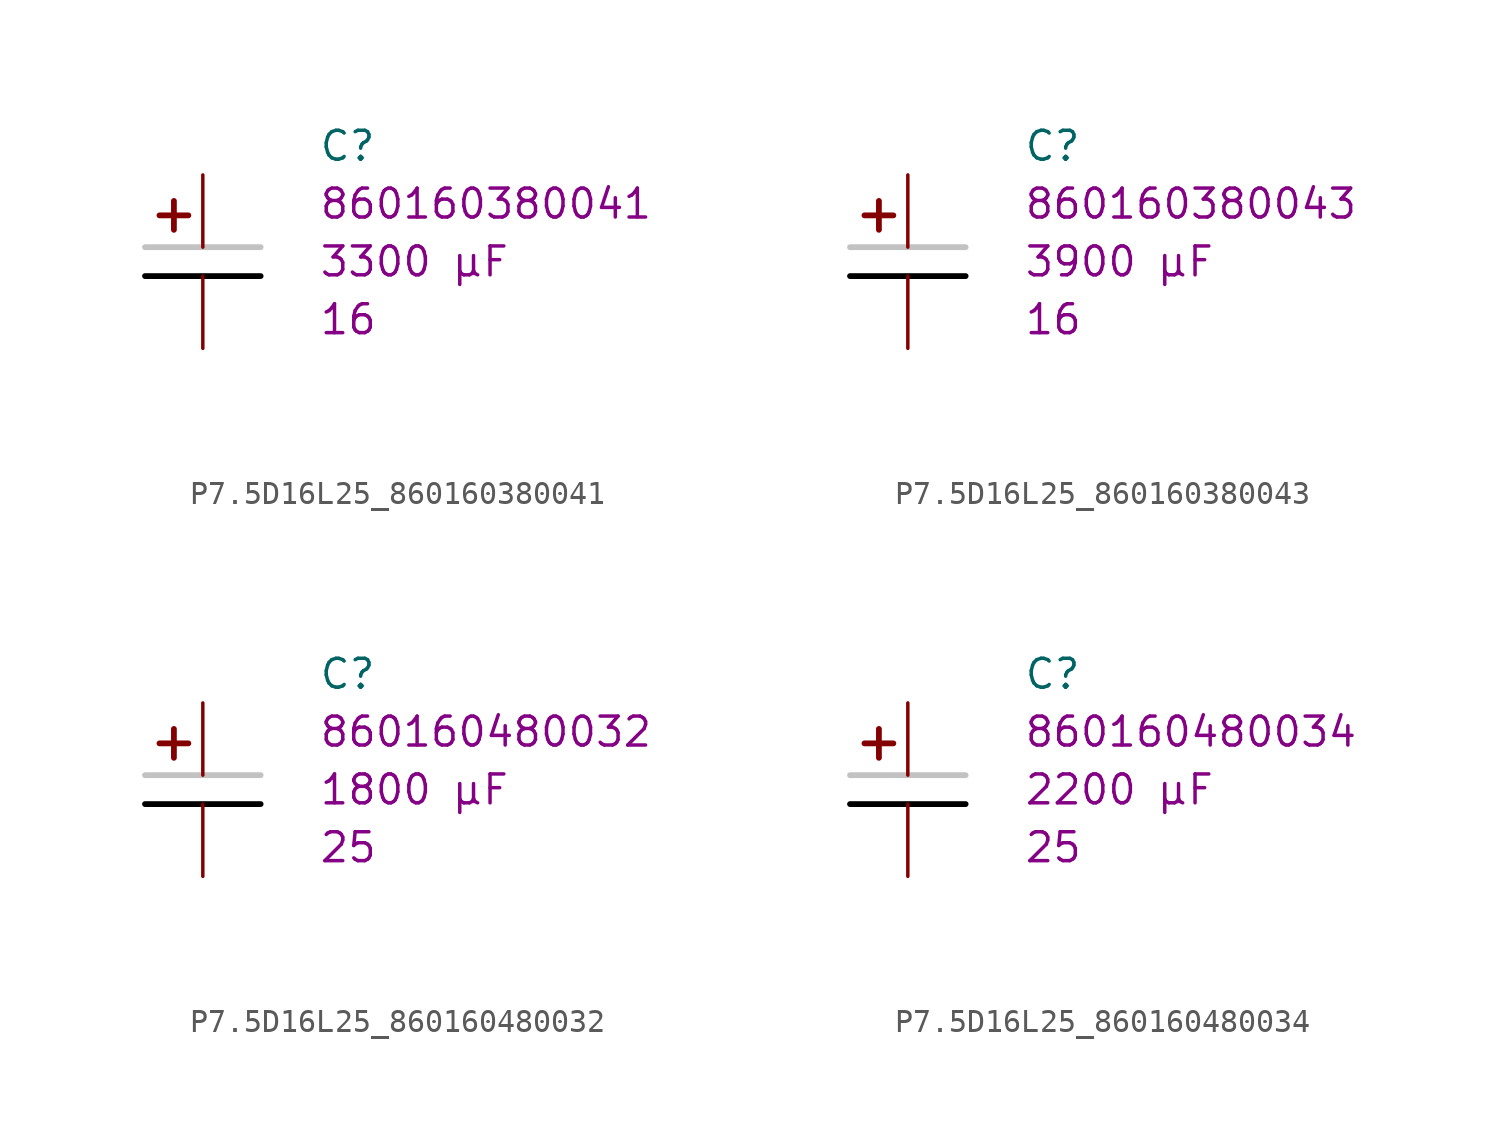
<source format=kicad_sym>
(kicad_symbol_lib
  (version 20220914)
  (generator kicad_symbol_editor)
  (symbol "P7.5D16L25_860160380041"
    (pin_numbers hide)
    (pin_names hide)
    (property "Reference" "C"
      (at 5.08 5.08 0)
      (effects (font (size 1.27 1.27)) (justify left)))
    (property "Part Number" "860160380041"
      (at 5.08 2.54 0)
      (effects (font (size 1.27 1.27)) (justify left)))
    (property "Capacitance" "3300 µF"
      (at 5.08 0 0)
      (effects (font (size 1.27 1.27)) (justify left)))
    (property "Voltage" "16"
      (at 5.08 -2.54 0)
      (effects (font (size 1.27 1.27)) (justify left)))
    (property "Critical Parameter" ""
      (at 0 -7.62 0)
      (effects (font (size 1.27 1.27))))
    (symbol "P7.5D16L25_860160380041_1_1"
      (polyline (pts (xy -1.27 2.667) (xy -1.27 1.397)) (stroke (width 0.254) (type default)) (fill (type none)))
      (polyline (pts (xy -0.635 2.032) (xy -1.905 2.032)) (stroke (width 0.254) (type default)) (fill (type none)))
      (polyline (pts (xy 2.54 -0.635) (xy -2.54 -0.635)) (stroke (width 0.254) (type default) (color 0 0 0 1)) (fill (type none)))
      (polyline (pts (xy 2.54 0.635) (xy -2.54 0.635)) (stroke (width 0.254) (type default) (color 194 194 194 1)) (fill (type none)))
      (pin passive line (at 0 3.81 270) (length 3.175) (name "1" (effects (font (size 1.27 1.27)))) (number "1" (effects (font (size 1.27 1.27)))))
      (pin passive line (at 0 -3.81 90) (length 3.175) (name "2" (effects (font (size 1.27 1.27)))) (number "2" (effects (font (size 1.27 1.27)))))))
  (symbol "P7.5D16L25_860160380043"
    (pin_numbers hide)
    (pin_names hide)
    (property "Reference" "C"
      (at 5.08 5.08 0)
      (effects (font (size 1.27 1.27)) (justify left)))
    (property "Part Number" "860160380043"
      (at 5.08 2.54 0)
      (effects (font (size 1.27 1.27)) (justify left)))
    (property "Capacitance" "3900 µF"
      (at 5.08 0 0)
      (effects (font (size 1.27 1.27)) (justify left)))
    (property "Voltage" "16"
      (at 5.08 -2.54 0)
      (effects (font (size 1.27 1.27)) (justify left)))
    (property "Critical Parameter" ""
      (at 0 -7.62 0)
      (effects (font (size 1.27 1.27))))
    (symbol "P7.5D16L25_860160380043_1_1"
      (polyline (pts (xy -1.27 2.667) (xy -1.27 1.397)) (stroke (width 0.254) (type default)) (fill (type none)))
      (polyline (pts (xy -0.635 2.032) (xy -1.905 2.032)) (stroke (width 0.254) (type default)) (fill (type none)))
      (polyline (pts (xy 2.54 -0.635) (xy -2.54 -0.635)) (stroke (width 0.254) (type default) (color 0 0 0 1)) (fill (type none)))
      (polyline (pts (xy 2.54 0.635) (xy -2.54 0.635)) (stroke (width 0.254) (type default) (color 194 194 194 1)) (fill (type none)))
      (pin passive line (at 0 3.81 270) (length 3.175) (name "1" (effects (font (size 1.27 1.27)))) (number "1" (effects (font (size 1.27 1.27)))))
      (pin passive line (at 0 -3.81 90) (length 3.175) (name "2" (effects (font (size 1.27 1.27)))) (number "2" (effects (font (size 1.27 1.27)))))))
  (symbol "P7.5D16L25_860160480032"
    (pin_numbers hide)
    (pin_names hide)
    (property "Reference" "C"
      (at 5.08 5.08 0)
      (effects (font (size 1.27 1.27)) (justify left)))
    (property "Part Number" "860160480032"
      (at 5.08 2.54 0)
      (effects (font (size 1.27 1.27)) (justify left)))
    (property "Capacitance" "1800 µF"
      (at 5.08 0 0)
      (effects (font (size 1.27 1.27)) (justify left)))
    (property "Voltage" "25"
      (at 5.08 -2.54 0)
      (effects (font (size 1.27 1.27)) (justify left)))
    (property "Critical Parameter" ""
      (at 0 -7.62 0)
      (effects (font (size 1.27 1.27))))
    (symbol "P7.5D16L25_860160480032_1_1"
      (polyline (pts (xy -1.27 2.667) (xy -1.27 1.397)) (stroke (width 0.254) (type default)) (fill (type none)))
      (polyline (pts (xy -0.635 2.032) (xy -1.905 2.032)) (stroke (width 0.254) (type default)) (fill (type none)))
      (polyline (pts (xy 2.54 -0.635) (xy -2.54 -0.635)) (stroke (width 0.254) (type default) (color 0 0 0 1)) (fill (type none)))
      (polyline (pts (xy 2.54 0.635) (xy -2.54 0.635)) (stroke (width 0.254) (type default) (color 194 194 194 1)) (fill (type none)))
      (pin passive line (at 0 3.81 270) (length 3.175) (name "1" (effects (font (size 1.27 1.27)))) (number "1" (effects (font (size 1.27 1.27)))))
      (pin passive line (at 0 -3.81 90) (length 3.175) (name "2" (effects (font (size 1.27 1.27)))) (number "2" (effects (font (size 1.27 1.27)))))))
  (symbol "P7.5D16L25_860160480034"
    (pin_numbers hide)
    (pin_names hide)
    (property "Reference" "C"
      (at 5.08 5.08 0)
      (effects (font (size 1.27 1.27)) (justify left)))
    (property "Part Number" "860160480034"
      (at 5.08 2.54 0)
      (effects (font (size 1.27 1.27)) (justify left)))
    (property "Capacitance" "2200 µF"
      (at 5.08 0 0)
      (effects (font (size 1.27 1.27)) (justify left)))
    (property "Voltage" "25"
      (at 5.08 -2.54 0)
      (effects (font (size 1.27 1.27)) (justify left)))
    (property "Critical Parameter" ""
      (at 0 -7.62 0)
      (effects (font (size 1.27 1.27))))
    (symbol "P7.5D16L25_860160480034_1_1"
      (polyline (pts (xy -1.27 2.667) (xy -1.27 1.397)) (stroke (width 0.254) (type default)) (fill (type none)))
      (polyline (pts (xy -0.635 2.032) (xy -1.905 2.032)) (stroke (width 0.254) (type default)) (fill (type none)))
      (polyline (pts (xy 2.54 -0.635) (xy -2.54 -0.635)) (stroke (width 0.254) (type default) (color 0 0 0 1)) (fill (type none)))
      (polyline (pts (xy 2.54 0.635) (xy -2.54 0.635)) (stroke (width 0.254) (type default) (color 194 194 194 1)) (fill (type none)))
      (pin passive line (at 0 3.81 270) (length 3.175) (name "1" (effects (font (size 1.27 1.27)))) (number "1" (effects (font (size 1.27 1.27)))))
      (pin passive line (at 0 -3.81 90) (length 3.175) (name "2" (effects (font (size 1.27 1.27)))) (number "2" (effects (font (size 1.27 1.27))))))))
</source>
